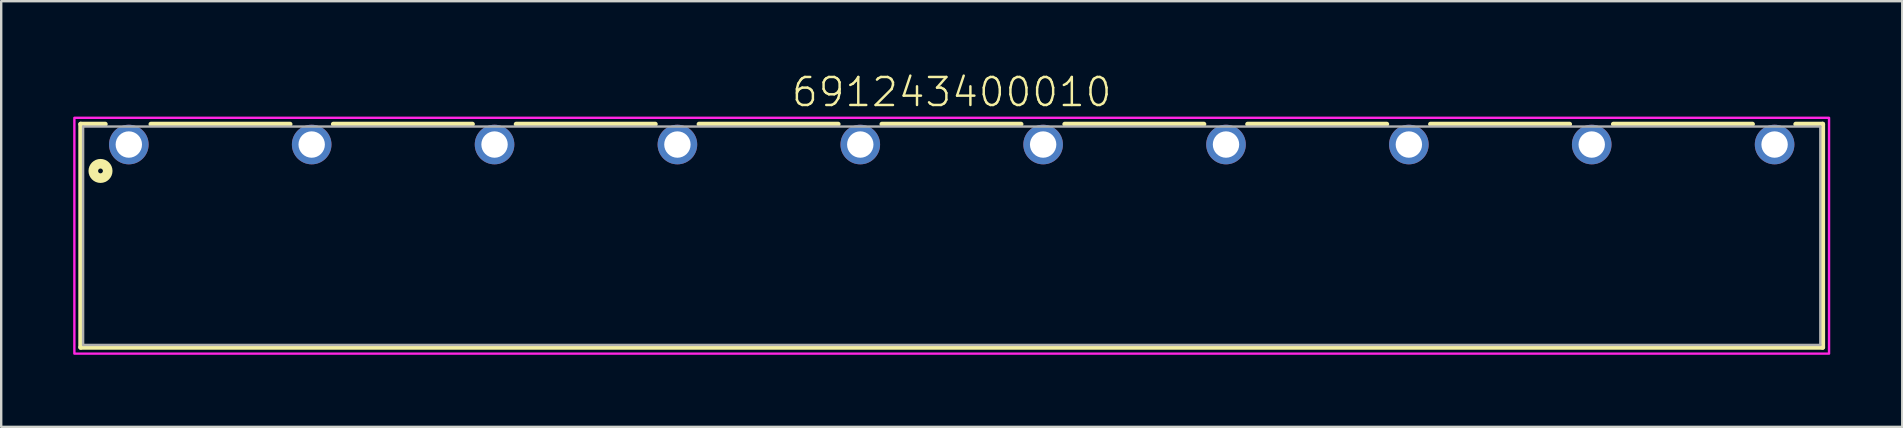
<source format=kicad_pcb>
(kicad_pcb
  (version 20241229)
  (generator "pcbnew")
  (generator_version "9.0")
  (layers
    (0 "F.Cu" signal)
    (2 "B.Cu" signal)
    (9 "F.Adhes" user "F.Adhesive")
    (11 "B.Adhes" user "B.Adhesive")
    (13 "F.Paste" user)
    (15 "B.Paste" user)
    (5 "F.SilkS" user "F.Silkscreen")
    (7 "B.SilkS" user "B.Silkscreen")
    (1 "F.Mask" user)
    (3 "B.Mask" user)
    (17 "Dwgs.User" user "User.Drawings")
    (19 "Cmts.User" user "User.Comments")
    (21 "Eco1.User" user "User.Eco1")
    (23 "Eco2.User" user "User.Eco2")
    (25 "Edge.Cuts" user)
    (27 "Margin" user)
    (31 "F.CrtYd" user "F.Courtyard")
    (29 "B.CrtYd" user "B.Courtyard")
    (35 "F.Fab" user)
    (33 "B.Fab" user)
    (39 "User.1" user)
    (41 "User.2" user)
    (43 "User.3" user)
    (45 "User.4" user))
  (footprint "691243400010"
    (layer "F.Cu")
    (at 36.608 2.973)
    (property "Reference" "691243400010" (at 0 -1.5 0) (unlocked yes) (layer "F.SilkS") (effects (font (size 1.168 1.168) (thickness 0.102)) (justify bottom)))
    (fp_line (start -36.295 -0.85) (end -35.27 -0.85) (stroke (width 0.2) (type solid)) (layer "F.SilkS"))
    (fp_line (start -36.295 8.45) (end -36.295 -0.85) (stroke (width 0.2) (type solid)) (layer "F.SilkS"))
    (fp_line (start -33.37 -0.85) (end -27.57 -0.85) (stroke (width 0.2) (type solid)) (layer "F.SilkS"))
    (fp_line (start -25.77 -0.85) (end -19.97 -0.85) (stroke (width 0.2) (type solid)) (layer "F.SilkS"))
    (fp_line (start -18.15 -0.85) (end -12.35 -0.85) (stroke (width 0.2) (type solid)) (layer "F.SilkS"))
    (fp_line (start -10.53 -0.85) (end -4.73 -0.85) (stroke (width 0.2) (type solid)) (layer "F.SilkS"))
    (fp_line (start -2.91 -0.85) (end 2.89 -0.85) (stroke (width 0.2) (type solid)) (layer "F.SilkS"))
    (fp_line (start 4.71 -0.85) (end 10.51 -0.85) (stroke (width 0.2) (type solid)) (layer "F.SilkS"))
    (fp_line (start 12.33 -0.85) (end 18.13 -0.85) (stroke (width 0.2) (type solid)) (layer "F.SilkS"))
    (fp_line (start 19.95 -0.85) (end 25.75 -0.85) (stroke (width 0.2) (type solid)) (layer "F.SilkS"))
    (fp_line (start 27.57 -0.85) (end 33.37 -0.85) (stroke (width 0.2) (type solid)) (layer "F.SilkS"))
    (fp_line (start 35.17 -0.85) (end 36.295 -0.85) (stroke (width 0.2) (type solid)) (layer "F.SilkS"))
    (fp_line (start 36.295 -0.85) (end 36.295 8.45) (stroke (width 0.2) (type solid)) (layer "F.SilkS"))
    (fp_line (start 36.295 8.45) (end -36.295 8.45) (stroke (width 0.2) (type solid)) (layer "F.SilkS"))
    (fp_circle (center -35.47 1.1) (end -35.37 1.1) (stroke (width 0.4) (type solid)) (fill no) (layer "F.SilkS"))
    (fp_poly (pts (xy 36.559 8.713) (xy -36.559 8.713) (xy -36.559 -1.113) (xy 36.559 -1.113)) (stroke (width 0.1) (type default)) (fill no) (layer "F.CrtYd"))
    (fp_line (start -36.195 -0.75) (end 36.195 -0.75) (stroke (width 0.1) (type solid)) (layer "F.Fab"))
    (fp_line (start -36.195 8.35) (end -36.195 -0.75) (stroke (width 0.1) (type solid)) (layer "F.Fab"))
    (fp_line (start 36.195 -0.75) (end 36.195 8.35) (stroke (width 0.1) (type solid)) (layer "F.Fab"))
    (fp_line (start 36.195 8.35) (end -36.195 8.35) (stroke (width 0.1) (type solid)) (layer "F.Fab"))
    (pad "1" thru_hole circle (at -34.29 0 180) (size 1.65 1.65) (drill 1.1) (layers "*.Cu" "*.Mask"))
    (pad "2" thru_hole circle (at -26.67 0 180) (size 1.65 1.65) (drill 1.1) (layers "*.Cu" "*.Mask"))
    (pad "3" thru_hole circle (at -19.05 0 180) (size 1.65 1.65) (drill 1.1) (layers "*.Cu" "*.Mask"))
    (pad "4" thru_hole circle (at -11.43 0 180) (size 1.65 1.65) (drill 1.1) (layers "*.Cu" "*.Mask"))
    (pad "5" thru_hole circle (at -3.81 0 180) (size 1.65 1.65) (drill 1.1) (layers "*.Cu" "*.Mask"))
    (pad "6" thru_hole circle (at 3.81 0 180) (size 1.65 1.65) (drill 1.1) (layers "*.Cu" "*.Mask"))
    (pad "7" thru_hole circle (at 11.43 0 180) (size 1.65 1.65) (drill 1.1) (layers "*.Cu" "*.Mask"))
    (pad "8" thru_hole circle (at 19.05 0 180) (size 1.65 1.65) (drill 1.1) (layers "*.Cu" "*.Mask"))
    (pad "9" thru_hole circle (at 26.67 0 180) (size 1.65 1.65) (drill 1.1) (layers "*.Cu" "*.Mask"))
    (pad "10" thru_hole circle (at 34.29 0 180) (size 1.65 1.65) (drill 1.1) (layers "*.Cu" "*.Mask")))
  (gr_rect
    (start -3 -3)
    (end 76.217 14.737)
    (stroke (width 0.1) (type default))
    (fill no)
    (layer "Edge.Cuts")))
</source>
